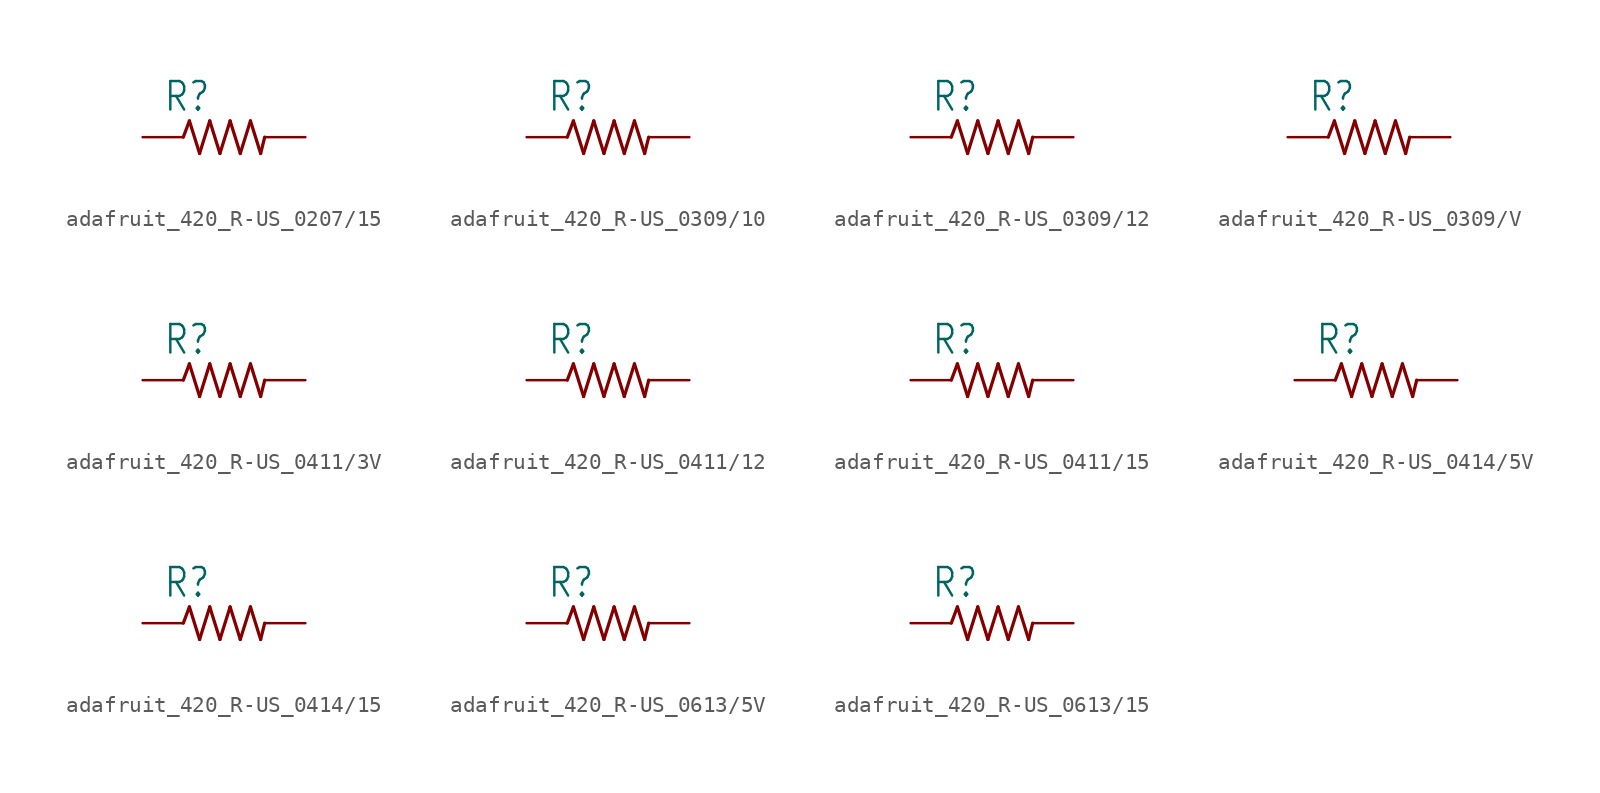
<source format=kicad_sym>
(kicad_symbol_lib
  (version 20241209)
  (generator "kicad_symbol_editor")
  (generator_version "9.0")
  (symbol "adafruit_420_R-US_0207/15"
    (property "Reference" "R"
      (at -3.81 1.499 0)
      (effects (font (size 1.778 1.511)) (justify left bottom)))
    (property "Value" ""
      (at -3.81 -3.302 0)
      (effects (font (size 1.778 1.511)) (justify left bottom)))
    (property "ki_locked" ""
      (at 0 0 0)
      (effects (font (size 1.27 1.27))))
    (symbol "adafruit_420_R-US_0207/15_1_0"
      (polyline (pts (xy -2.54 0) (xy -2.159 1.016)) (stroke (width 0.203) (type solid)) (fill (type none)))
      (polyline (pts (xy -2.159 1.016) (xy -1.524 -1.016)) (stroke (width 0.203) (type solid)) (fill (type none)))
      (polyline (pts (xy -1.524 -1.016) (xy -0.889 1.016)) (stroke (width 0.203) (type solid)) (fill (type none)))
      (polyline (pts (xy -0.889 1.016) (xy -0.254 -1.016)) (stroke (width 0.203) (type solid)) (fill (type none)))
      (polyline (pts (xy -0.254 -1.016) (xy 0.381 1.016)) (stroke (width 0.203) (type solid)) (fill (type none)))
      (polyline (pts (xy 0.381 1.016) (xy 1.016 -1.016)) (stroke (width 0.203) (type solid)) (fill (type none)))
      (polyline (pts (xy 1.016 -1.016) (xy 1.651 1.016)) (stroke (width 0.203) (type solid)) (fill (type none)))
      (polyline (pts (xy 1.651 1.016) (xy 2.286 -1.016)) (stroke (width 0.203) (type solid)) (fill (type none)))
      (polyline (pts (xy 2.286 -1.016) (xy 2.54 0)) (stroke (width 0.203) (type solid)) (fill (type none)))
      (pin passive line (at -5.08 0 0) (length 2.54) (name "1" (effects (font (size 0 0)))) (number "1" (effects (font (size 0 0)))))
      (pin passive line (at 5.08 0 180) (length 2.54) (name "2" (effects (font (size 0 0)))) (number "2" (effects (font (size 0 0)))))))
  (symbol "adafruit_420_R-US_0309/10"
    (property "Reference" "R"
      (at -3.81 1.499 0)
      (effects (font (size 1.778 1.511)) (justify left bottom)))
    (property "Value" ""
      (at -3.81 -3.302 0)
      (effects (font (size 1.778 1.511)) (justify left bottom)))
    (property "ki_locked" ""
      (at 0 0 0)
      (effects (font (size 1.27 1.27))))
    (symbol "adafruit_420_R-US_0309/10_1_0"
      (polyline (pts (xy -2.54 0) (xy -2.159 1.016)) (stroke (width 0.203) (type solid)) (fill (type none)))
      (polyline (pts (xy -2.159 1.016) (xy -1.524 -1.016)) (stroke (width 0.203) (type solid)) (fill (type none)))
      (polyline (pts (xy -1.524 -1.016) (xy -0.889 1.016)) (stroke (width 0.203) (type solid)) (fill (type none)))
      (polyline (pts (xy -0.889 1.016) (xy -0.254 -1.016)) (stroke (width 0.203) (type solid)) (fill (type none)))
      (polyline (pts (xy -0.254 -1.016) (xy 0.381 1.016)) (stroke (width 0.203) (type solid)) (fill (type none)))
      (polyline (pts (xy 0.381 1.016) (xy 1.016 -1.016)) (stroke (width 0.203) (type solid)) (fill (type none)))
      (polyline (pts (xy 1.016 -1.016) (xy 1.651 1.016)) (stroke (width 0.203) (type solid)) (fill (type none)))
      (polyline (pts (xy 1.651 1.016) (xy 2.286 -1.016)) (stroke (width 0.203) (type solid)) (fill (type none)))
      (polyline (pts (xy 2.286 -1.016) (xy 2.54 0)) (stroke (width 0.203) (type solid)) (fill (type none)))
      (pin passive line (at -5.08 0 0) (length 2.54) (name "1" (effects (font (size 0 0)))) (number "1" (effects (font (size 0 0)))))
      (pin passive line (at 5.08 0 180) (length 2.54) (name "2" (effects (font (size 0 0)))) (number "2" (effects (font (size 0 0)))))))
  (symbol "adafruit_420_R-US_0309/12"
    (property "Reference" "R"
      (at -3.81 1.499 0)
      (effects (font (size 1.778 1.511)) (justify left bottom)))
    (property "Value" ""
      (at -3.81 -3.302 0)
      (effects (font (size 1.778 1.511)) (justify left bottom)))
    (property "ki_locked" ""
      (at 0 0 0)
      (effects (font (size 1.27 1.27))))
    (symbol "adafruit_420_R-US_0309/12_1_0"
      (polyline (pts (xy -2.54 0) (xy -2.159 1.016)) (stroke (width 0.203) (type solid)) (fill (type none)))
      (polyline (pts (xy -2.159 1.016) (xy -1.524 -1.016)) (stroke (width 0.203) (type solid)) (fill (type none)))
      (polyline (pts (xy -1.524 -1.016) (xy -0.889 1.016)) (stroke (width 0.203) (type solid)) (fill (type none)))
      (polyline (pts (xy -0.889 1.016) (xy -0.254 -1.016)) (stroke (width 0.203) (type solid)) (fill (type none)))
      (polyline (pts (xy -0.254 -1.016) (xy 0.381 1.016)) (stroke (width 0.203) (type solid)) (fill (type none)))
      (polyline (pts (xy 0.381 1.016) (xy 1.016 -1.016)) (stroke (width 0.203) (type solid)) (fill (type none)))
      (polyline (pts (xy 1.016 -1.016) (xy 1.651 1.016)) (stroke (width 0.203) (type solid)) (fill (type none)))
      (polyline (pts (xy 1.651 1.016) (xy 2.286 -1.016)) (stroke (width 0.203) (type solid)) (fill (type none)))
      (polyline (pts (xy 2.286 -1.016) (xy 2.54 0)) (stroke (width 0.203) (type solid)) (fill (type none)))
      (pin passive line (at -5.08 0 0) (length 2.54) (name "1" (effects (font (size 0 0)))) (number "1" (effects (font (size 0 0)))))
      (pin passive line (at 5.08 0 180) (length 2.54) (name "2" (effects (font (size 0 0)))) (number "2" (effects (font (size 0 0)))))))
  (symbol "adafruit_420_R-US_0309/V"
    (property "Reference" "R"
      (at -3.81 1.499 0)
      (effects (font (size 1.778 1.511)) (justify left bottom)))
    (property "Value" ""
      (at -3.81 -3.302 0)
      (effects (font (size 1.778 1.511)) (justify left bottom)))
    (property "ki_locked" ""
      (at 0 0 0)
      (effects (font (size 1.27 1.27))))
    (symbol "adafruit_420_R-US_0309/V_1_0"
      (polyline (pts (xy -2.54 0) (xy -2.159 1.016)) (stroke (width 0.203) (type solid)) (fill (type none)))
      (polyline (pts (xy -2.159 1.016) (xy -1.524 -1.016)) (stroke (width 0.203) (type solid)) (fill (type none)))
      (polyline (pts (xy -1.524 -1.016) (xy -0.889 1.016)) (stroke (width 0.203) (type solid)) (fill (type none)))
      (polyline (pts (xy -0.889 1.016) (xy -0.254 -1.016)) (stroke (width 0.203) (type solid)) (fill (type none)))
      (polyline (pts (xy -0.254 -1.016) (xy 0.381 1.016)) (stroke (width 0.203) (type solid)) (fill (type none)))
      (polyline (pts (xy 0.381 1.016) (xy 1.016 -1.016)) (stroke (width 0.203) (type solid)) (fill (type none)))
      (polyline (pts (xy 1.016 -1.016) (xy 1.651 1.016)) (stroke (width 0.203) (type solid)) (fill (type none)))
      (polyline (pts (xy 1.651 1.016) (xy 2.286 -1.016)) (stroke (width 0.203) (type solid)) (fill (type none)))
      (polyline (pts (xy 2.286 -1.016) (xy 2.54 0)) (stroke (width 0.203) (type solid)) (fill (type none)))
      (pin passive line (at -5.08 0 0) (length 2.54) (name "1" (effects (font (size 0 0)))) (number "1" (effects (font (size 0 0)))))
      (pin passive line (at 5.08 0 180) (length 2.54) (name "2" (effects (font (size 0 0)))) (number "2" (effects (font (size 0 0)))))))
  (symbol "adafruit_420_R-US_0411/3V"
    (property "Reference" "R"
      (at -3.81 1.499 0)
      (effects (font (size 1.778 1.511)) (justify left bottom)))
    (property "Value" ""
      (at -3.81 -3.302 0)
      (effects (font (size 1.778 1.511)) (justify left bottom)))
    (property "ki_locked" ""
      (at 0 0 0)
      (effects (font (size 1.27 1.27))))
    (symbol "adafruit_420_R-US_0411/3V_1_0"
      (polyline (pts (xy -2.54 0) (xy -2.159 1.016)) (stroke (width 0.203) (type solid)) (fill (type none)))
      (polyline (pts (xy -2.159 1.016) (xy -1.524 -1.016)) (stroke (width 0.203) (type solid)) (fill (type none)))
      (polyline (pts (xy -1.524 -1.016) (xy -0.889 1.016)) (stroke (width 0.203) (type solid)) (fill (type none)))
      (polyline (pts (xy -0.889 1.016) (xy -0.254 -1.016)) (stroke (width 0.203) (type solid)) (fill (type none)))
      (polyline (pts (xy -0.254 -1.016) (xy 0.381 1.016)) (stroke (width 0.203) (type solid)) (fill (type none)))
      (polyline (pts (xy 0.381 1.016) (xy 1.016 -1.016)) (stroke (width 0.203) (type solid)) (fill (type none)))
      (polyline (pts (xy 1.016 -1.016) (xy 1.651 1.016)) (stroke (width 0.203) (type solid)) (fill (type none)))
      (polyline (pts (xy 1.651 1.016) (xy 2.286 -1.016)) (stroke (width 0.203) (type solid)) (fill (type none)))
      (polyline (pts (xy 2.286 -1.016) (xy 2.54 0)) (stroke (width 0.203) (type solid)) (fill (type none)))
      (pin passive line (at -5.08 0 0) (length 2.54) (name "1" (effects (font (size 0 0)))) (number "1" (effects (font (size 0 0)))))
      (pin passive line (at 5.08 0 180) (length 2.54) (name "2" (effects (font (size 0 0)))) (number "2" (effects (font (size 0 0)))))))
  (symbol "adafruit_420_R-US_0411/12"
    (property "Reference" "R"
      (at -3.81 1.499 0)
      (effects (font (size 1.778 1.511)) (justify left bottom)))
    (property "Value" ""
      (at -3.81 -3.302 0)
      (effects (font (size 1.778 1.511)) (justify left bottom)))
    (property "ki_locked" ""
      (at 0 0 0)
      (effects (font (size 1.27 1.27))))
    (symbol "adafruit_420_R-US_0411/12_1_0"
      (polyline (pts (xy -2.54 0) (xy -2.159 1.016)) (stroke (width 0.203) (type solid)) (fill (type none)))
      (polyline (pts (xy -2.159 1.016) (xy -1.524 -1.016)) (stroke (width 0.203) (type solid)) (fill (type none)))
      (polyline (pts (xy -1.524 -1.016) (xy -0.889 1.016)) (stroke (width 0.203) (type solid)) (fill (type none)))
      (polyline (pts (xy -0.889 1.016) (xy -0.254 -1.016)) (stroke (width 0.203) (type solid)) (fill (type none)))
      (polyline (pts (xy -0.254 -1.016) (xy 0.381 1.016)) (stroke (width 0.203) (type solid)) (fill (type none)))
      (polyline (pts (xy 0.381 1.016) (xy 1.016 -1.016)) (stroke (width 0.203) (type solid)) (fill (type none)))
      (polyline (pts (xy 1.016 -1.016) (xy 1.651 1.016)) (stroke (width 0.203) (type solid)) (fill (type none)))
      (polyline (pts (xy 1.651 1.016) (xy 2.286 -1.016)) (stroke (width 0.203) (type solid)) (fill (type none)))
      (polyline (pts (xy 2.286 -1.016) (xy 2.54 0)) (stroke (width 0.203) (type solid)) (fill (type none)))
      (pin passive line (at -5.08 0 0) (length 2.54) (name "1" (effects (font (size 0 0)))) (number "1" (effects (font (size 0 0)))))
      (pin passive line (at 5.08 0 180) (length 2.54) (name "2" (effects (font (size 0 0)))) (number "2" (effects (font (size 0 0)))))))
  (symbol "adafruit_420_R-US_0411/15"
    (property "Reference" "R"
      (at -3.81 1.499 0)
      (effects (font (size 1.778 1.511)) (justify left bottom)))
    (property "Value" ""
      (at -3.81 -3.302 0)
      (effects (font (size 1.778 1.511)) (justify left bottom)))
    (property "ki_locked" ""
      (at 0 0 0)
      (effects (font (size 1.27 1.27))))
    (symbol "adafruit_420_R-US_0411/15_1_0"
      (polyline (pts (xy -2.54 0) (xy -2.159 1.016)) (stroke (width 0.203) (type solid)) (fill (type none)))
      (polyline (pts (xy -2.159 1.016) (xy -1.524 -1.016)) (stroke (width 0.203) (type solid)) (fill (type none)))
      (polyline (pts (xy -1.524 -1.016) (xy -0.889 1.016)) (stroke (width 0.203) (type solid)) (fill (type none)))
      (polyline (pts (xy -0.889 1.016) (xy -0.254 -1.016)) (stroke (width 0.203) (type solid)) (fill (type none)))
      (polyline (pts (xy -0.254 -1.016) (xy 0.381 1.016)) (stroke (width 0.203) (type solid)) (fill (type none)))
      (polyline (pts (xy 0.381 1.016) (xy 1.016 -1.016)) (stroke (width 0.203) (type solid)) (fill (type none)))
      (polyline (pts (xy 1.016 -1.016) (xy 1.651 1.016)) (stroke (width 0.203) (type solid)) (fill (type none)))
      (polyline (pts (xy 1.651 1.016) (xy 2.286 -1.016)) (stroke (width 0.203) (type solid)) (fill (type none)))
      (polyline (pts (xy 2.286 -1.016) (xy 2.54 0)) (stroke (width 0.203) (type solid)) (fill (type none)))
      (pin passive line (at -5.08 0 0) (length 2.54) (name "1" (effects (font (size 0 0)))) (number "1" (effects (font (size 0 0)))))
      (pin passive line (at 5.08 0 180) (length 2.54) (name "2" (effects (font (size 0 0)))) (number "2" (effects (font (size 0 0)))))))
  (symbol "adafruit_420_R-US_0414/5V"
    (property "Reference" "R"
      (at -3.81 1.499 0)
      (effects (font (size 1.778 1.511)) (justify left bottom)))
    (property "Value" ""
      (at -3.81 -3.302 0)
      (effects (font (size 1.778 1.511)) (justify left bottom)))
    (property "ki_locked" ""
      (at 0 0 0)
      (effects (font (size 1.27 1.27))))
    (symbol "adafruit_420_R-US_0414/5V_1_0"
      (polyline (pts (xy -2.54 0) (xy -2.159 1.016)) (stroke (width 0.203) (type solid)) (fill (type none)))
      (polyline (pts (xy -2.159 1.016) (xy -1.524 -1.016)) (stroke (width 0.203) (type solid)) (fill (type none)))
      (polyline (pts (xy -1.524 -1.016) (xy -0.889 1.016)) (stroke (width 0.203) (type solid)) (fill (type none)))
      (polyline (pts (xy -0.889 1.016) (xy -0.254 -1.016)) (stroke (width 0.203) (type solid)) (fill (type none)))
      (polyline (pts (xy -0.254 -1.016) (xy 0.381 1.016)) (stroke (width 0.203) (type solid)) (fill (type none)))
      (polyline (pts (xy 0.381 1.016) (xy 1.016 -1.016)) (stroke (width 0.203) (type solid)) (fill (type none)))
      (polyline (pts (xy 1.016 -1.016) (xy 1.651 1.016)) (stroke (width 0.203) (type solid)) (fill (type none)))
      (polyline (pts (xy 1.651 1.016) (xy 2.286 -1.016)) (stroke (width 0.203) (type solid)) (fill (type none)))
      (polyline (pts (xy 2.286 -1.016) (xy 2.54 0)) (stroke (width 0.203) (type solid)) (fill (type none)))
      (pin passive line (at -5.08 0 0) (length 2.54) (name "1" (effects (font (size 0 0)))) (number "1" (effects (font (size 0 0)))))
      (pin passive line (at 5.08 0 180) (length 2.54) (name "2" (effects (font (size 0 0)))) (number "2" (effects (font (size 0 0)))))))
  (symbol "adafruit_420_R-US_0414/15"
    (property "Reference" "R"
      (at -3.81 1.499 0)
      (effects (font (size 1.778 1.511)) (justify left bottom)))
    (property "Value" ""
      (at -3.81 -3.302 0)
      (effects (font (size 1.778 1.511)) (justify left bottom)))
    (property "ki_locked" ""
      (at 0 0 0)
      (effects (font (size 1.27 1.27))))
    (symbol "adafruit_420_R-US_0414/15_1_0"
      (polyline (pts (xy -2.54 0) (xy -2.159 1.016)) (stroke (width 0.203) (type solid)) (fill (type none)))
      (polyline (pts (xy -2.159 1.016) (xy -1.524 -1.016)) (stroke (width 0.203) (type solid)) (fill (type none)))
      (polyline (pts (xy -1.524 -1.016) (xy -0.889 1.016)) (stroke (width 0.203) (type solid)) (fill (type none)))
      (polyline (pts (xy -0.889 1.016) (xy -0.254 -1.016)) (stroke (width 0.203) (type solid)) (fill (type none)))
      (polyline (pts (xy -0.254 -1.016) (xy 0.381 1.016)) (stroke (width 0.203) (type solid)) (fill (type none)))
      (polyline (pts (xy 0.381 1.016) (xy 1.016 -1.016)) (stroke (width 0.203) (type solid)) (fill (type none)))
      (polyline (pts (xy 1.016 -1.016) (xy 1.651 1.016)) (stroke (width 0.203) (type solid)) (fill (type none)))
      (polyline (pts (xy 1.651 1.016) (xy 2.286 -1.016)) (stroke (width 0.203) (type solid)) (fill (type none)))
      (polyline (pts (xy 2.286 -1.016) (xy 2.54 0)) (stroke (width 0.203) (type solid)) (fill (type none)))
      (pin passive line (at -5.08 0 0) (length 2.54) (name "1" (effects (font (size 0 0)))) (number "1" (effects (font (size 0 0)))))
      (pin passive line (at 5.08 0 180) (length 2.54) (name "2" (effects (font (size 0 0)))) (number "2" (effects (font (size 0 0)))))))
  (symbol "adafruit_420_R-US_0613/5V"
    (property "Reference" "R"
      (at -3.81 1.499 0)
      (effects (font (size 1.778 1.511)) (justify left bottom)))
    (property "Value" ""
      (at -3.81 -3.302 0)
      (effects (font (size 1.778 1.511)) (justify left bottom)))
    (property "ki_locked" ""
      (at 0 0 0)
      (effects (font (size 1.27 1.27))))
    (symbol "adafruit_420_R-US_0613/5V_1_0"
      (polyline (pts (xy -2.54 0) (xy -2.159 1.016)) (stroke (width 0.203) (type solid)) (fill (type none)))
      (polyline (pts (xy -2.159 1.016) (xy -1.524 -1.016)) (stroke (width 0.203) (type solid)) (fill (type none)))
      (polyline (pts (xy -1.524 -1.016) (xy -0.889 1.016)) (stroke (width 0.203) (type solid)) (fill (type none)))
      (polyline (pts (xy -0.889 1.016) (xy -0.254 -1.016)) (stroke (width 0.203) (type solid)) (fill (type none)))
      (polyline (pts (xy -0.254 -1.016) (xy 0.381 1.016)) (stroke (width 0.203) (type solid)) (fill (type none)))
      (polyline (pts (xy 0.381 1.016) (xy 1.016 -1.016)) (stroke (width 0.203) (type solid)) (fill (type none)))
      (polyline (pts (xy 1.016 -1.016) (xy 1.651 1.016)) (stroke (width 0.203) (type solid)) (fill (type none)))
      (polyline (pts (xy 1.651 1.016) (xy 2.286 -1.016)) (stroke (width 0.203) (type solid)) (fill (type none)))
      (polyline (pts (xy 2.286 -1.016) (xy 2.54 0)) (stroke (width 0.203) (type solid)) (fill (type none)))
      (pin passive line (at -5.08 0 0) (length 2.54) (name "1" (effects (font (size 0 0)))) (number "1" (effects (font (size 0 0)))))
      (pin passive line (at 5.08 0 180) (length 2.54) (name "2" (effects (font (size 0 0)))) (number "2" (effects (font (size 0 0)))))))
  (symbol "adafruit_420_R-US_0613/15"
    (property "Reference" "R"
      (at -3.81 1.499 0)
      (effects (font (size 1.778 1.511)) (justify left bottom)))
    (property "Value" ""
      (at -3.81 -3.302 0)
      (effects (font (size 1.778 1.511)) (justify left bottom)))
    (property "ki_locked" ""
      (at 0 0 0)
      (effects (font (size 1.27 1.27))))
    (symbol "adafruit_420_R-US_0613/15_1_0"
      (polyline (pts (xy -2.54 0) (xy -2.159 1.016)) (stroke (width 0.203) (type solid)) (fill (type none)))
      (polyline (pts (xy -2.159 1.016) (xy -1.524 -1.016)) (stroke (width 0.203) (type solid)) (fill (type none)))
      (polyline (pts (xy -1.524 -1.016) (xy -0.889 1.016)) (stroke (width 0.203) (type solid)) (fill (type none)))
      (polyline (pts (xy -0.889 1.016) (xy -0.254 -1.016)) (stroke (width 0.203) (type solid)) (fill (type none)))
      (polyline (pts (xy -0.254 -1.016) (xy 0.381 1.016)) (stroke (width 0.203) (type solid)) (fill (type none)))
      (polyline (pts (xy 0.381 1.016) (xy 1.016 -1.016)) (stroke (width 0.203) (type solid)) (fill (type none)))
      (polyline (pts (xy 1.016 -1.016) (xy 1.651 1.016)) (stroke (width 0.203) (type solid)) (fill (type none)))
      (polyline (pts (xy 1.651 1.016) (xy 2.286 -1.016)) (stroke (width 0.203) (type solid)) (fill (type none)))
      (polyline (pts (xy 2.286 -1.016) (xy 2.54 0)) (stroke (width 0.203) (type solid)) (fill (type none)))
      (pin passive line (at -5.08 0 0) (length 2.54) (name "1" (effects (font (size 0 0)))) (number "1" (effects (font (size 0 0)))))
      (pin passive line (at 5.08 0 180) (length 2.54) (name "2" (effects (font (size 0 0)))) (number "2" (effects (font (size 0 0))))))))
</source>
